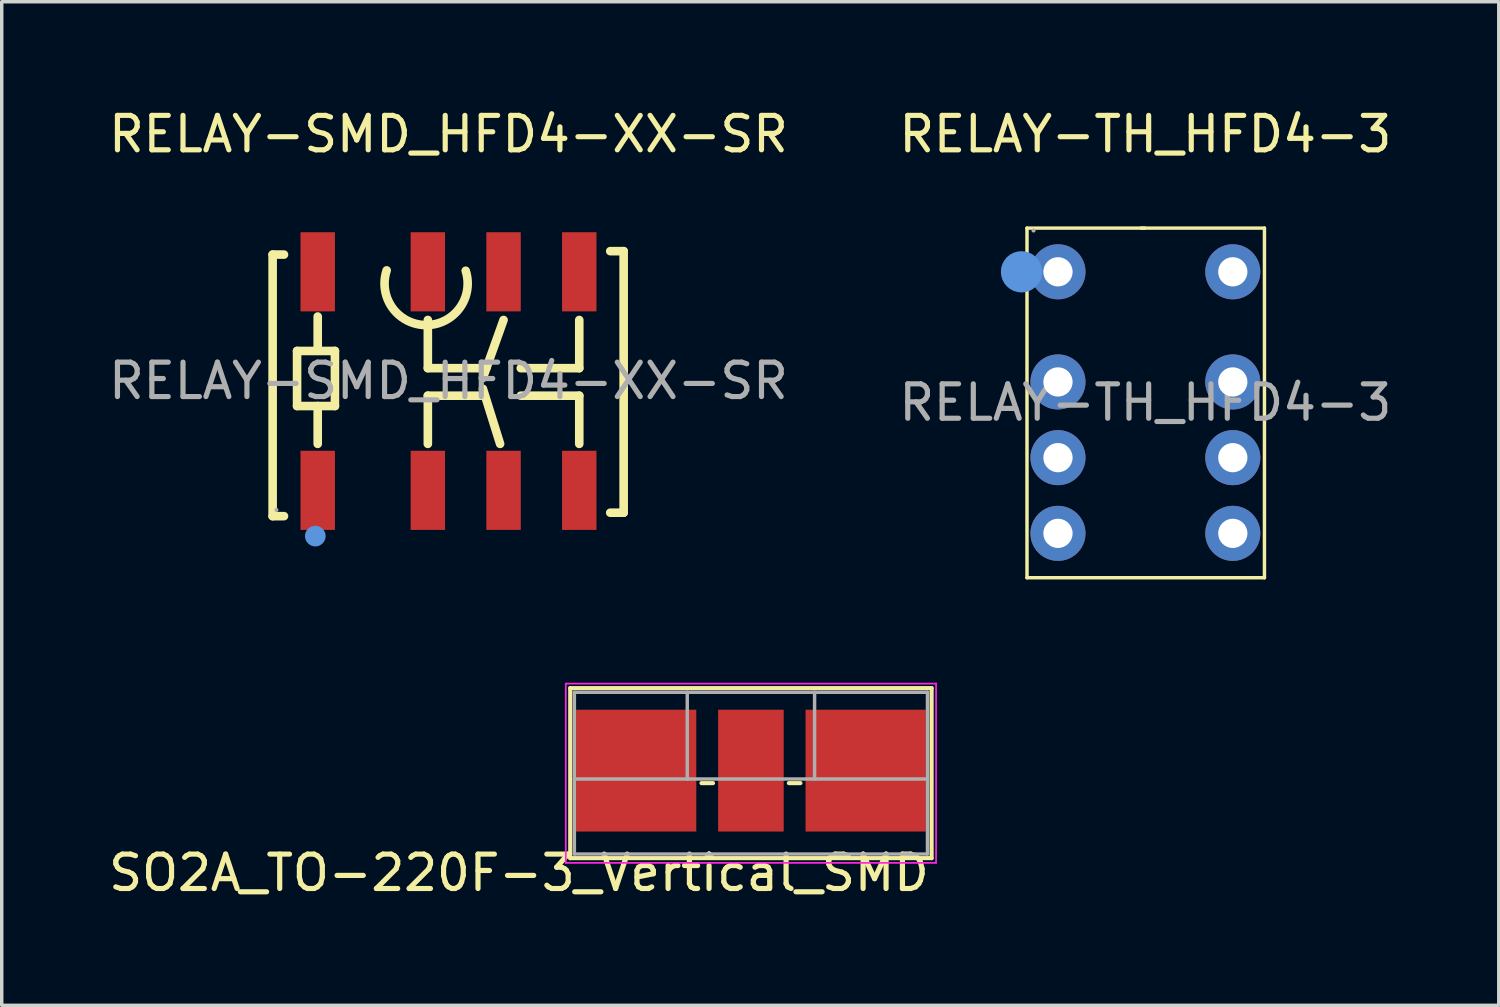
<source format=kicad_pcb>
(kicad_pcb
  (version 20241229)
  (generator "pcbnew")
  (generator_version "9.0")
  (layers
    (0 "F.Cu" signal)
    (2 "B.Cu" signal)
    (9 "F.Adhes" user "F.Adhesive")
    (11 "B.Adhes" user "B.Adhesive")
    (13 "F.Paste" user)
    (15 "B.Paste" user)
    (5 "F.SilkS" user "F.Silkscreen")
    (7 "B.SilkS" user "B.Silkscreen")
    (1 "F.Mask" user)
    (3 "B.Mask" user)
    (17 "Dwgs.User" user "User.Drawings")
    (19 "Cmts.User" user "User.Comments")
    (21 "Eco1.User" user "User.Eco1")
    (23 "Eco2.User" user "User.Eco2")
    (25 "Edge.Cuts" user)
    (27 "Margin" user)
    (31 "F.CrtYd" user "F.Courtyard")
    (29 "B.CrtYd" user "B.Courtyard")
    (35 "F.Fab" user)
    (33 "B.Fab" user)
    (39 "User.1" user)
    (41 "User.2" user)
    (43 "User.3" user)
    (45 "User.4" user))
  (footprint "RELAY-SMD_HFD4-XX-SR"
    (layer "F.Cu")
    (at 9.982 8.018)
    (property "Reference" "RELAY-SMD_HFD4-XX-SR" (at 0 -7.17 0) (layer "F.SilkS") (effects (font (size 1 1) (thickness 0.15))))
    (attr smd)
    (fp_line (start -5.11 -3.67) (end -4.78 -3.67) (stroke (width 0.25) (type solid)) (layer "F.SilkS"))
    (fp_line (start -5.11 3.93) (end -5.11 -3.67) (stroke (width 0.25) (type solid)) (layer "F.SilkS"))
    (fp_line (start -4.78 3.93) (end -5.11 3.93) (stroke (width 0.25) (type solid)) (layer "F.SilkS"))
    (fp_line (start -4.4 -0.87) (end -4.4 0.73) (stroke (width 0.25) (type solid)) (layer "F.SilkS"))
    (fp_line (start -4.4 -0.87) (end -3.3 -0.87) (stroke (width 0.25) (type solid)) (layer "F.SilkS"))
    (fp_line (start -3.8 -0.97) (end -3.8 -1.87) (stroke (width 0.25) (type solid)) (layer "F.SilkS"))
    (fp_line (start -3.8 1.83) (end -3.8 0.73) (stroke (width 0.25) (type solid)) (layer "F.SilkS"))
    (fp_line (start -3.3 -0.87) (end -3.3 0.73) (stroke (width 0.25) (type solid)) (layer "F.SilkS"))
    (fp_line (start -3.3 0.73) (end -4.4 0.73) (stroke (width 0.25) (type solid)) (layer "F.SilkS"))
    (fp_line (start -0.6 -1.77) (end -0.6 -0.37) (stroke (width 0.25) (type solid)) (layer "F.SilkS"))
    (fp_line (start -0.6 -0.37) (end 1.1 -0.37) (stroke (width 0.25) (type solid)) (layer "F.SilkS"))
    (fp_line (start -0.6 0.43) (end 1 0.43) (stroke (width 0.25) (type solid)) (layer "F.SilkS"))
    (fp_line (start -0.6 1.83) (end -0.6 0.43) (stroke (width 0.25) (type solid)) (layer "F.SilkS"))
    (fp_line (start 1.5 1.83) (end 1 0.23) (stroke (width 0.25) (type solid)) (layer "F.SilkS"))
    (fp_line (start 1.6 -1.77) (end 1 -0.09) (stroke (width 0.25) (type solid)) (layer "F.SilkS"))
    (fp_line (start 3.8 -1.77) (end 3.8 -0.37) (stroke (width 0.25) (type solid)) (layer "F.SilkS"))
    (fp_line (start 3.8 -0.37) (end 2.1 -0.37) (stroke (width 0.25) (type solid)) (layer "F.SilkS"))
    (fp_line (start 3.8 0.43) (end 2.1 0.43) (stroke (width 0.25) (type solid)) (layer "F.SilkS"))
    (fp_line (start 3.8 1.83) (end 3.8 0.43) (stroke (width 0.25) (type solid)) (layer "F.SilkS"))
    (fp_line (start 4.7 -3.77) (end 5.09 -3.77) (stroke (width 0.25) (type solid)) (layer "F.SilkS"))
    (fp_line (start 5.09 -3.77) (end 5.09 3.83) (stroke (width 0.25) (type solid)) (layer "F.SilkS"))
    (fp_line (start 5.09 3.83) (end 4.7 3.83) (stroke (width 0.25) (type solid)) (layer "F.SilkS"))
    (fp_arc (start 0.5 -3.2) (mid -0.656009 -1.621959) (end -1.796262 -3.211422) (stroke (width 0.25) (type solid)) (layer "F.SilkS"))
    (fp_circle (center -3.87 4.51) (end -3.72 4.51) (stroke (width 0.3) (type solid)) (fill no) (layer "Cmts.User"))
    (fp_circle (center -5 3.75) (end -4.97 3.75) (stroke (width 0.06) (type solid)) (fill no) (layer "F.Fab"))
    (fp_text user "${REFERENCE}" (at 0 0 0) (layer "F.Fab") (effects (font (size 1 1) (thickness 0.15))))
    (pad "1" smd rect (at -3.8 3.18) (size 1 2.3) (layers "F.Cu" "F.Mask" "F.Paste"))
    (pad "2" smd rect (at -0.6 3.18) (size 1 2.3) (layers "F.Cu" "F.Mask" "F.Paste"))
    (pad "3" smd rect (at 1.6 3.18) (size 1 2.3) (layers "F.Cu" "F.Mask" "F.Paste"))
    (pad "4" smd rect (at 3.8 3.18) (size 1 2.3) (layers "F.Cu" "F.Mask" "F.Paste"))
    (pad "5" smd rect (at 3.8 -3.17) (size 1 2.3) (layers "F.Cu" "F.Mask" "F.Paste"))
    (pad "6" smd rect (at 1.6 -3.17) (size 1 2.3) (layers "F.Cu" "F.Mask" "F.Paste"))
    (pad "7" smd rect (at -0.6 -3.17) (size 1 2.3) (layers "F.Cu" "F.Mask" "F.Paste"))
    (pad "8" smd rect (at -3.8 -3.17) (size 1 2.3) (layers "F.Cu" "F.Mask" "F.Paste")))
  (footprint "RELAY-TH_HFD4-3"
    (layer "F.Cu")
    (at 30.232 8.648)
    (property "Reference" "RELAY-TH_HFD4-3" (at 0 -7.8 0) (layer "F.SilkS") (effects (font (size 1 1) (thickness 0.15))))
    (attr through_hole)
    (fp_line (start -3.44 -5.07) (end -0.02 -5.07) (stroke (width 0.1) (type solid)) (layer "F.SilkS"))
    (fp_line (start -3.44 5.09) (end -3.44 -5.07) (stroke (width 0.1) (type solid)) (layer "F.SilkS"))
    (fp_line (start -0.12 -5.07) (end 3.46 -5.07) (stroke (width 0.1) (type solid)) (layer "F.SilkS"))
    (fp_line (start 3.46 -5.07) (end 3.46 5.09) (stroke (width 0.1) (type solid)) (layer "F.SilkS"))
    (fp_line (start 3.46 5.09) (end -3.44 5.09) (stroke (width 0.1) (type solid)) (layer "F.SilkS"))
    (fp_circle (center -3.6 -3.8) (end -3.3 -3.8) (stroke (width 0.6) (type solid)) (fill no) (layer "Cmts.User"))
    (fp_circle (center -3.25 -5) (end -3.22 -5) (stroke (width 0.06) (type solid)) (fill no) (layer "F.Fab"))
    (fp_circle (center -2.54 -3.8) (end -2.44 -3.8) (stroke (width 0.2) (type solid)) (fill no) (layer "F.Fab"))
    (fp_circle (center -2.54 -0.6) (end -2.44 -0.6) (stroke (width 0.2) (type solid)) (fill no) (layer "F.Fab"))
    (fp_circle (center -2.54 1.6) (end -2.44 1.6) (stroke (width 0.2) (type solid)) (fill no) (layer "F.Fab"))
    (fp_circle (center -2.54 3.8) (end -2.44 3.8) (stroke (width 0.2) (type solid)) (fill no) (layer "F.Fab"))
    (fp_circle (center 2.54 -3.8) (end 2.64 -3.8) (stroke (width 0.2) (type solid)) (fill no) (layer "F.Fab"))
    (fp_circle (center 2.54 -0.6) (end 2.64 -0.6) (stroke (width 0.2) (type solid)) (fill no) (layer "F.Fab"))
    (fp_circle (center 2.54 1.6) (end 2.64 1.6) (stroke (width 0.2) (type solid)) (fill no) (layer "F.Fab"))
    (fp_circle (center 2.54 3.8) (end 2.64 3.8) (stroke (width 0.2) (type solid)) (fill no) (layer "F.Fab"))
    (fp_text user "${REFERENCE}" (at 0 0 0) (layer "F.Fab") (effects (font (size 1 1) (thickness 0.15))))
    (pad "1" thru_hole circle (at -2.54 -3.8 270) (size 1.6 1.6) (drill 0.85) (layers "*.Cu" "*.Mask"))
    (pad "2" thru_hole circle (at -2.54 -0.6 270) (size 1.6 1.6) (drill 0.85) (layers "*.Cu" "*.Mask"))
    (pad "3" thru_hole circle (at -2.54 1.6 270) (size 1.6 1.6) (drill 0.85) (layers "*.Cu" "*.Mask"))
    (pad "4" thru_hole circle (at -2.54 3.8 270) (size 1.6 1.6) (drill 0.85) (layers "*.Cu" "*.Mask"))
    (pad "5" thru_hole circle (at 2.54 3.8 270) (size 1.6 1.6) (drill 0.85) (layers "*.Cu" "*.Mask"))
    (pad "6" thru_hole circle (at 2.54 1.6 270) (size 1.6 1.6) (drill 0.85) (layers "*.Cu" "*.Mask"))
    (pad "7" thru_hole circle (at 2.54 -0.6 270) (size 1.6 1.6) (drill 0.85) (layers "*.Cu" "*.Mask"))
    (pad "8" thru_hole circle (at 2.54 -3.8 270) (size 1.6 1.6) (drill 0.85) (layers "*.Cu" "*.Mask")))
  (footprint "SO2A_TO-220F-3_Vertical_SMD"
    (layer "F.Cu")
    (at 16.23 20.113)
    (property "Reference" "SO2A_TO-220F-3_Vertical_SMD" (at -4.2 2.2 180) (layer "F.SilkS") (effects (font (size 1 1) (thickness 0.15))))
    (attr through_hole)
    (fp_line (start -2.71 -3.168) (end -2.71 1.773) (stroke (width 0.12) (type solid)) (layer "F.SilkS"))
    (fp_line (start -2.71 -3.168) (end 7.79 -3.168) (stroke (width 0.12) (type solid)) (layer "F.SilkS"))
    (fp_line (start -2.71 1.773) (end 7.79 1.773) (stroke (width 0.12) (type solid)) (layer "F.SilkS"))
    (fp_line (start 1.103 -0.408) (end 1.438 -0.408) (stroke (width 0.12) (type solid)) (layer "F.SilkS"))
    (fp_line (start 3.643 -0.408) (end 3.978 -0.408) (stroke (width 0.12) (type solid)) (layer "F.SilkS"))
    (fp_line (start 7.79 -3.168) (end 7.79 1.773) (stroke (width 0.12) (type solid)) (layer "F.SilkS"))
    (fp_line (start -2.84 -3.3) (end -2.84 1.91) (stroke (width 0.05) (type solid)) (layer "F.CrtYd"))
    (fp_line (start -2.84 1.91) (end 7.92 1.91) (stroke (width 0.05) (type solid)) (layer "F.CrtYd"))
    (fp_line (start 7.92 -3.3) (end -2.84 -3.3) (stroke (width 0.05) (type solid)) (layer "F.CrtYd"))
    (fp_line (start 7.92 1.91) (end 7.92 -3.3) (stroke (width 0.05) (type solid)) (layer "F.CrtYd"))
    (fp_line (start -2.59 -3.047) (end -2.59 1.653) (stroke (width 0.1) (type solid)) (layer "F.Fab"))
    (fp_line (start -2.59 -0.527) (end 7.67 -0.527) (stroke (width 0.1) (type solid)) (layer "F.Fab"))
    (fp_line (start -2.59 1.653) (end 7.67 1.653) (stroke (width 0.1) (type solid)) (layer "F.Fab"))
    (fp_line (start 0.69 -3.047) (end 0.69 -0.527) (stroke (width 0.1) (type solid)) (layer "F.Fab"))
    (fp_line (start 4.39 -3.047) (end 4.39 -0.527) (stroke (width 0.1) (type solid)) (layer "F.Fab"))
    (fp_line (start 7.67 -3.047) (end -2.59 -3.047) (stroke (width 0.1) (type solid)) (layer "F.Fab"))
    (fp_line (start 7.67 1.653) (end 7.67 -3.047) (stroke (width 0.1) (type solid)) (layer "F.Fab"))
    (pad "1" smd rect (at -0.794 -0.77) (size 3.493 3.54) (layers "F.Cu" "F.Mask" "F.Paste"))
    (pad "2" smd rect (at 2.54 -0.77) (size 1.905 3.54) (layers "F.Cu" "F.Mask" "F.Paste"))
    (pad "3" smd rect (at 5.874 -0.77) (size 3.493 3.54) (layers "F.Cu" "F.Mask" "F.Paste")))
  (gr_rect
    (start -3 -3)
    (end 40.5 26.162)
    (stroke (width 0.1) (type default))
    (fill no)
    (layer "Edge.Cuts")))
</source>
